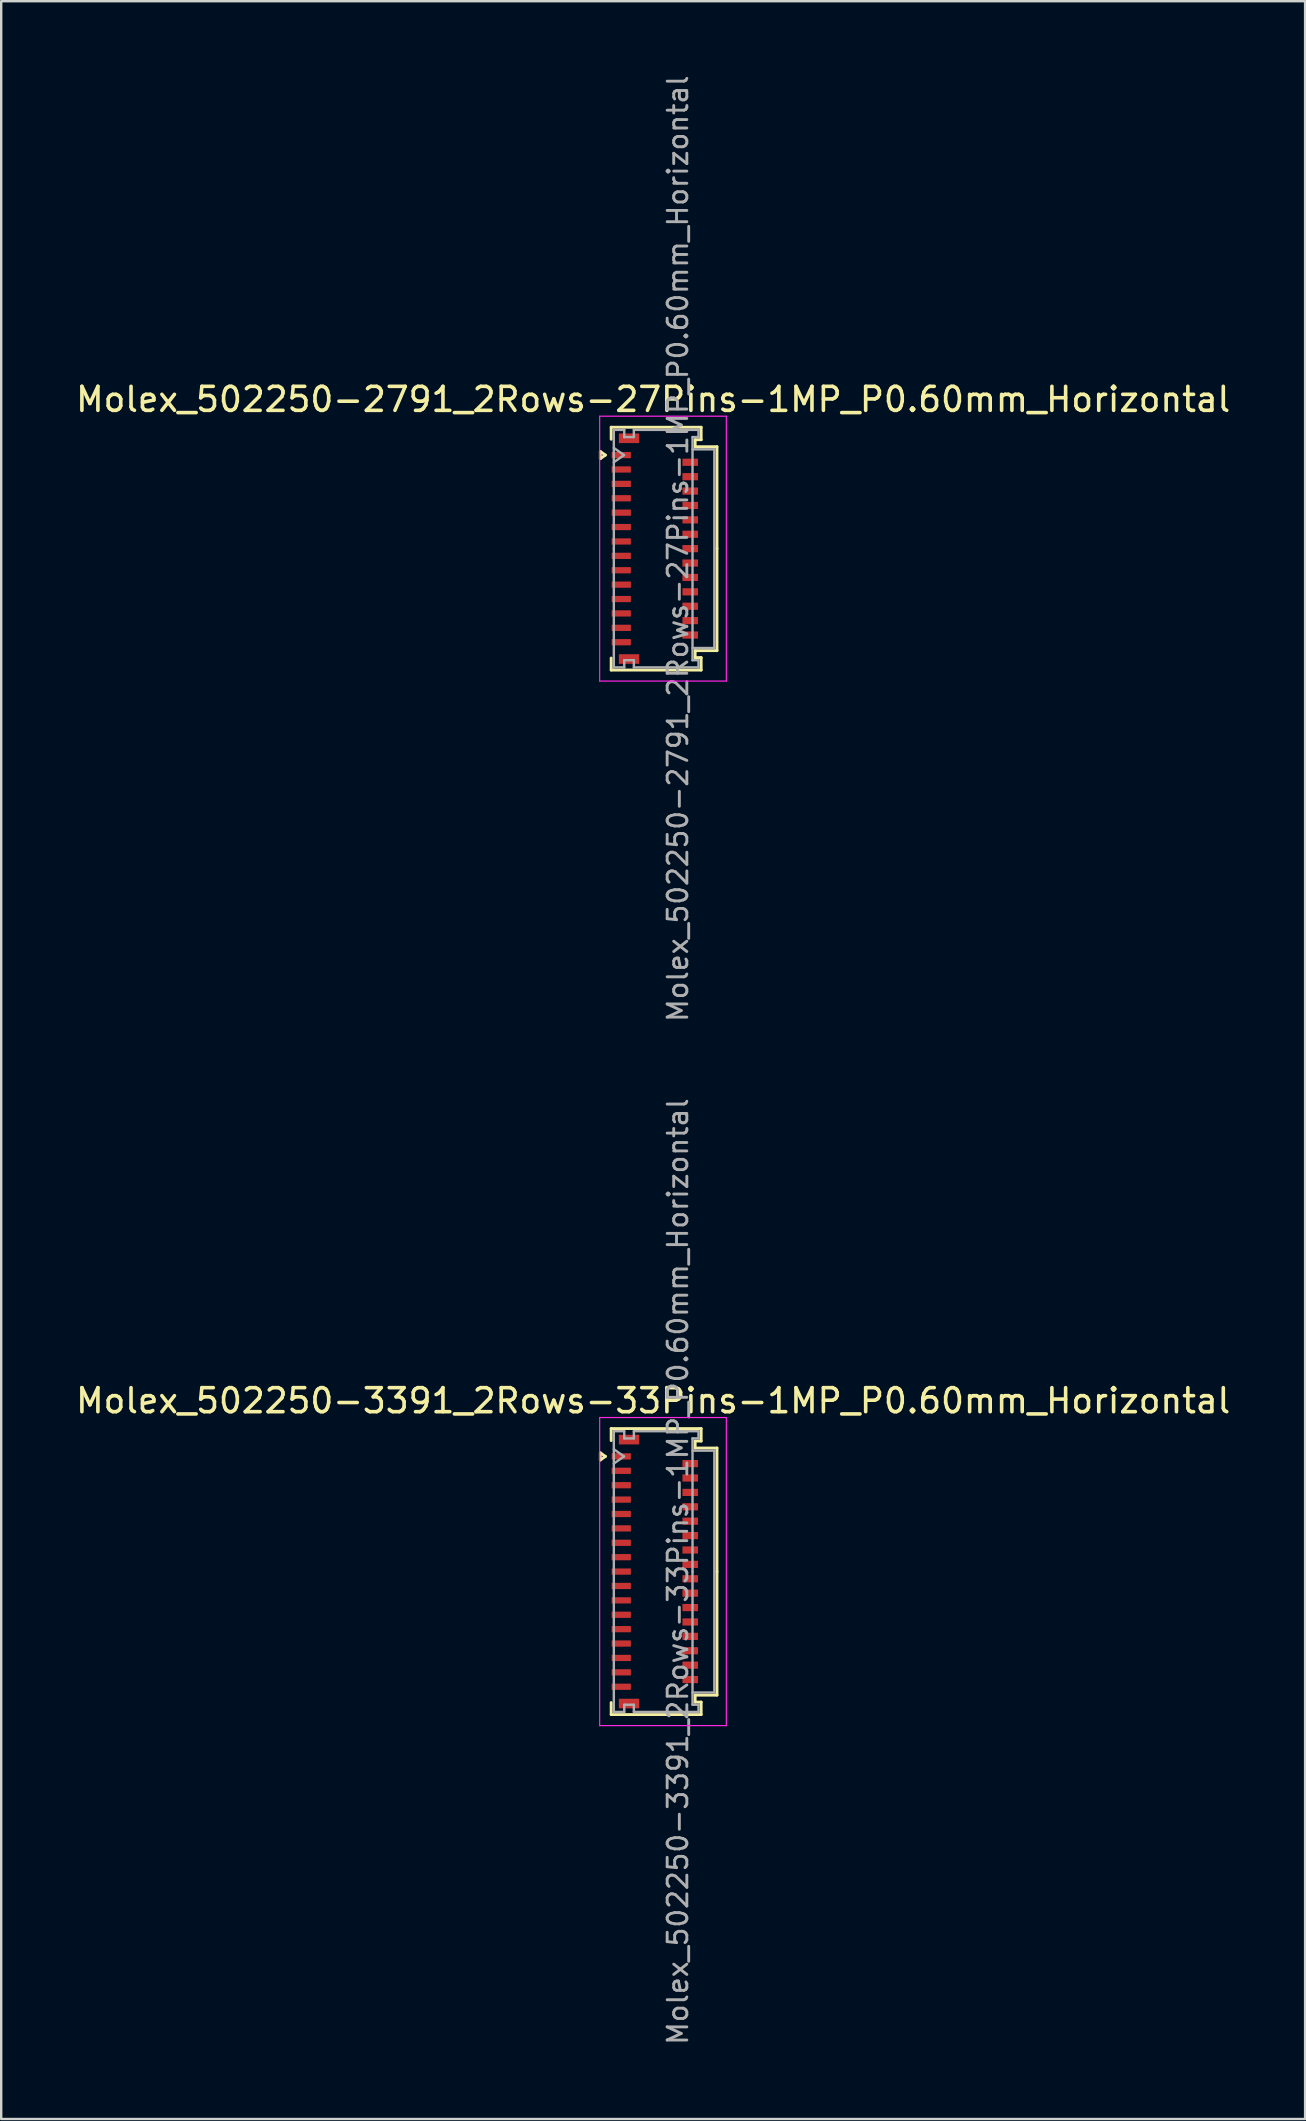
<source format=kicad_pcb>
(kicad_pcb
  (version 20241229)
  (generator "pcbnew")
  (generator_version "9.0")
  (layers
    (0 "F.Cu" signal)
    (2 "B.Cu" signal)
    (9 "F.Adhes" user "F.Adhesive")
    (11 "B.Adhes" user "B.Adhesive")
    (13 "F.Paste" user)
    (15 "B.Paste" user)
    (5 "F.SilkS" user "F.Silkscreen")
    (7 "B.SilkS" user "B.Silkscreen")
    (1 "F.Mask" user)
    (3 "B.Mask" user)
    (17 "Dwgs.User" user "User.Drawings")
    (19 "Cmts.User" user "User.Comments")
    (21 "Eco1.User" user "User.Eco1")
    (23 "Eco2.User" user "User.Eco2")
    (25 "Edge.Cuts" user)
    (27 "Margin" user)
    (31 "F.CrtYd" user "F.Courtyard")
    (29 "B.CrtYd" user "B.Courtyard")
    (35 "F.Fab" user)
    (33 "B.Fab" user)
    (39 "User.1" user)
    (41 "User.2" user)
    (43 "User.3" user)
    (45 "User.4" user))
  (footprint "Molex_502250-3391_2Rows-33Pins-1MP_P0.60mm_Horizontal"
    (layer "F.Cu")
    (at 24.243 62.451)
    (property "Reference" "Molex_502250-3391_2Rows-33Pins-1MP_P0.60mm_Horizontal" (at -0.07 -7.12 0) (layer "F.SilkS") (effects (font (size 1 1) (thickness 0.15))))
    (attr smd)
    (fp_line (start -2.272 -4.95) (end -2.06 -4.8) (stroke (width 0.12) (type solid)) (layer "F.SilkS"))
    (fp_line (start -2.272 -4.65) (end -2.272 -4.95) (stroke (width 0.12) (type solid)) (layer "F.SilkS"))
    (fp_line (start -2.06 -4.8) (end -2.272 -4.65) (stroke (width 0.12) (type solid)) (layer "F.SilkS"))
    (fp_line (start -1.82 -5.96) (end 1.93 -5.96) (stroke (width 0.12) (type solid)) (layer "F.SilkS"))
    (fp_line (start -1.82 -5.46) (end -1.82 -5.96) (stroke (width 0.12) (type solid)) (layer "F.SilkS"))
    (fp_line (start -1.82 5.46) (end -1.82 5.96) (stroke (width 0.12) (type solid)) (layer "F.SilkS"))
    (fp_line (start -1.82 5.96) (end 1.93 5.96) (stroke (width 0.12) (type solid)) (layer "F.SilkS"))
    (fp_line (start 1.68 -5.44) (end 1.68 -5.15) (stroke (width 0.12) (type solid)) (layer "F.SilkS"))
    (fp_line (start 1.68 -5.15) (end 2.59 -5.15) (stroke (width 0.12) (type solid)) (layer "F.SilkS"))
    (fp_line (start 1.68 5.15) (end 2.59 5.15) (stroke (width 0.12) (type solid)) (layer "F.SilkS"))
    (fp_line (start 1.68 5.44) (end 1.68 5.15) (stroke (width 0.12) (type solid)) (layer "F.SilkS"))
    (fp_line (start 1.93 -5.96) (end 1.93 -5.44) (stroke (width 0.12) (type solid)) (layer "F.SilkS"))
    (fp_line (start 1.93 -5.44) (end 1.68 -5.44) (stroke (width 0.12) (type solid)) (layer "F.SilkS"))
    (fp_line (start 1.93 5.44) (end 1.68 5.44) (stroke (width 0.12) (type solid)) (layer "F.SilkS"))
    (fp_line (start 1.93 5.96) (end 1.93 5.44) (stroke (width 0.12) (type solid)) (layer "F.SilkS"))
    (fp_line (start 2.59 -5.15) (end 2.59 0) (stroke (width 0.12) (type solid)) (layer "F.SilkS"))
    (fp_line (start 2.59 5.15) (end 2.59 0) (stroke (width 0.12) (type solid)) (layer "F.SilkS"))
    (fp_line (start -2.3 -6.42) (end -2.3 6.42) (stroke (width 0.05) (type solid)) (layer "F.CrtYd"))
    (fp_line (start -2.3 6.42) (end 2.98 6.42) (stroke (width 0.05) (type solid)) (layer "F.CrtYd"))
    (fp_line (start 2.98 -6.42) (end -2.3 -6.42) (stroke (width 0.05) (type solid)) (layer "F.CrtYd"))
    (fp_line (start 2.98 6.42) (end 2.98 -6.42) (stroke (width 0.05) (type solid)) (layer "F.CrtYd"))
    (fp_line (start -1.71 -5.85) (end -1.275 -5.85) (stroke (width 0.1) (type solid)) (layer "F.Fab"))
    (fp_line (start -1.71 -5.1) (end -1.286 -4.8) (stroke (width 0.1) (type solid)) (layer "F.Fab"))
    (fp_line (start -1.71 0) (end -1.71 -5.85) (stroke (width 0.1) (type solid)) (layer "F.Fab"))
    (fp_line (start -1.71 0) (end -1.71 5.85) (stroke (width 0.1) (type solid)) (layer "F.Fab"))
    (fp_line (start -1.71 5.85) (end -1.275 5.85) (stroke (width 0.1) (type solid)) (layer "F.Fab"))
    (fp_line (start -1.286 -4.8) (end -1.71 -4.5) (stroke (width 0.1) (type solid)) (layer "F.Fab"))
    (fp_line (start -1.275 -5.85) (end -1.275 -5.55) (stroke (width 0.1) (type solid)) (layer "F.Fab"))
    (fp_line (start -1.275 -5.55) (end -0.875 -5.55) (stroke (width 0.1) (type solid)) (layer "F.Fab"))
    (fp_line (start -1.275 5.55) (end -0.875 5.55) (stroke (width 0.1) (type solid)) (layer "F.Fab"))
    (fp_line (start -1.275 5.85) (end -1.275 5.55) (stroke (width 0.1) (type solid)) (layer "F.Fab"))
    (fp_line (start -0.875 -5.85) (end 1.82 -5.85) (stroke (width 0.1) (type solid)) (layer "F.Fab"))
    (fp_line (start -0.875 -5.55) (end -0.875 -5.85) (stroke (width 0.1) (type solid)) (layer "F.Fab"))
    (fp_line (start -0.875 5.55) (end -0.875 5.85) (stroke (width 0.1) (type solid)) (layer "F.Fab"))
    (fp_line (start -0.875 5.85) (end 1.82 5.85) (stroke (width 0.1) (type solid)) (layer "F.Fab"))
    (fp_line (start 1.57 -5.55) (end 1.57 0) (stroke (width 0.1) (type solid)) (layer "F.Fab"))
    (fp_line (start 1.57 -5.04) (end 2.48 -5.04) (stroke (width 0.1) (type solid)) (layer "F.Fab"))
    (fp_line (start 1.57 5.55) (end 1.57 0) (stroke (width 0.1) (type solid)) (layer "F.Fab"))
    (fp_line (start 1.82 -5.85) (end 1.82 -5.55) (stroke (width 0.1) (type solid)) (layer "F.Fab"))
    (fp_line (start 1.82 -5.55) (end 1.57 -5.55) (stroke (width 0.1) (type solid)) (layer "F.Fab"))
    (fp_line (start 1.82 5.55) (end 1.57 5.55) (stroke (width 0.1) (type solid)) (layer "F.Fab"))
    (fp_line (start 1.82 5.85) (end 1.82 5.55) (stroke (width 0.1) (type solid)) (layer "F.Fab"))
    (fp_line (start 2.48 -5.04) (end 2.48 5.04) (stroke (width 0.1) (type solid)) (layer "F.Fab"))
    (fp_line (start 2.48 5.04) (end 1.57 5.04) (stroke (width 0.1) (type solid)) (layer "F.Fab"))
    (fp_text user "${REFERENCE}" (at 0.96 0 90) (layer "F.Fab") (effects (font (size 0.82 0.82) (thickness 0.12))))
    (pad "1" smd rect (at -1.4 -4.8) (size 0.8 0.26) (layers "F.Cu" "F.Mask" "F.Paste"))
    (pad "2" smd rect (at 1.475 -4.5) (size 0.65 0.3) (layers "F.Cu" "F.Mask" "F.Paste"))
    (pad "3" smd rect (at -1.4 -4.2) (size 0.8 0.26) (layers "F.Cu" "F.Mask" "F.Paste"))
    (pad "4" smd rect (at 1.475 -3.9) (size 0.65 0.3) (layers "F.Cu" "F.Mask" "F.Paste"))
    (pad "5" smd rect (at -1.4 -3.6) (size 0.8 0.26) (layers "F.Cu" "F.Mask" "F.Paste"))
    (pad "6" smd rect (at 1.475 -3.3) (size 0.65 0.3) (layers "F.Cu" "F.Mask" "F.Paste"))
    (pad "7" smd rect (at -1.4 -3) (size 0.8 0.26) (layers "F.Cu" "F.Mask" "F.Paste"))
    (pad "8" smd rect (at 1.475 -2.7) (size 0.65 0.3) (layers "F.Cu" "F.Mask" "F.Paste"))
    (pad "9" smd rect (at -1.4 -2.4) (size 0.8 0.26) (layers "F.Cu" "F.Mask" "F.Paste"))
    (pad "10" smd rect (at 1.475 -2.1) (size 0.65 0.3) (layers "F.Cu" "F.Mask" "F.Paste"))
    (pad "11" smd rect (at -1.4 -1.8) (size 0.8 0.26) (layers "F.Cu" "F.Mask" "F.Paste"))
    (pad "12" smd rect (at 1.475 -1.5) (size 0.65 0.3) (layers "F.Cu" "F.Mask" "F.Paste"))
    (pad "13" smd rect (at -1.4 -1.2) (size 0.8 0.26) (layers "F.Cu" "F.Mask" "F.Paste"))
    (pad "14" smd rect (at 1.475 -0.9) (size 0.65 0.3) (layers "F.Cu" "F.Mask" "F.Paste"))
    (pad "15" smd rect (at -1.4 -0.6) (size 0.8 0.26) (layers "F.Cu" "F.Mask" "F.Paste"))
    (pad "16" smd rect (at 1.475 -0.3) (size 0.65 0.3) (layers "F.Cu" "F.Mask" "F.Paste"))
    (pad "17" smd rect (at -1.4 0) (size 0.8 0.26) (layers "F.Cu" "F.Mask" "F.Paste"))
    (pad "18" smd rect (at 1.475 0.3) (size 0.65 0.3) (layers "F.Cu" "F.Mask" "F.Paste"))
    (pad "19" smd rect (at -1.4 0.6) (size 0.8 0.26) (layers "F.Cu" "F.Mask" "F.Paste"))
    (pad "20" smd rect (at 1.475 0.9) (size 0.65 0.3) (layers "F.Cu" "F.Mask" "F.Paste"))
    (pad "21" smd rect (at -1.4 1.2) (size 0.8 0.26) (layers "F.Cu" "F.Mask" "F.Paste"))
    (pad "22" smd rect (at 1.475 1.5) (size 0.65 0.3) (layers "F.Cu" "F.Mask" "F.Paste"))
    (pad "23" smd rect (at -1.4 1.8) (size 0.8 0.26) (layers "F.Cu" "F.Mask" "F.Paste"))
    (pad "24" smd rect (at 1.475 2.1) (size 0.65 0.3) (layers "F.Cu" "F.Mask" "F.Paste"))
    (pad "25" smd rect (at -1.4 2.4) (size 0.8 0.26) (layers "F.Cu" "F.Mask" "F.Paste"))
    (pad "26" smd rect (at 1.475 2.7) (size 0.65 0.3) (layers "F.Cu" "F.Mask" "F.Paste"))
    (pad "27" smd rect (at -1.4 3) (size 0.8 0.26) (layers "F.Cu" "F.Mask" "F.Paste"))
    (pad "28" smd rect (at 1.475 3.3) (size 0.65 0.3) (layers "F.Cu" "F.Mask" "F.Paste"))
    (pad "29" smd rect (at -1.4 3.6) (size 0.8 0.26) (layers "F.Cu" "F.Mask" "F.Paste"))
    (pad "30" smd rect (at 1.475 3.9) (size 0.65 0.3) (layers "F.Cu" "F.Mask" "F.Paste"))
    (pad "31" smd rect (at -1.4 4.2) (size 0.8 0.26) (layers "F.Cu" "F.Mask" "F.Paste"))
    (pad "32" smd rect (at 1.475 4.5) (size 0.65 0.3) (layers "F.Cu" "F.Mask" "F.Paste"))
    (pad "33" smd rect (at -1.4 4.8) (size 0.8 0.26) (layers "F.Cu" "F.Mask" "F.Paste"))
    (pad "MP" smd rect (at -1.075 -5.5) (size 0.85 0.4) (layers "F.Cu" "F.Mask" "F.Paste"))
    (pad "MP" smd rect (at -1.075 5.5) (size 0.85 0.4) (layers "F.Cu" "F.Mask" "F.Paste")))
  (footprint "Molex_502250-2791_2Rows-27Pins-1MP_P0.60mm_Horizontal"
    (layer "F.Cu")
    (at 24.243 19.817)
    (property "Reference" "Molex_502250-2791_2Rows-27Pins-1MP_P0.60mm_Horizontal" (at -0.07 -6.22 0) (layer "F.SilkS") (effects (font (size 1 1) (thickness 0.15))))
    (attr smd)
    (fp_line (start -2.272 -4.05) (end -2.06 -3.9) (stroke (width 0.12) (type solid)) (layer "F.SilkS"))
    (fp_line (start -2.272 -3.75) (end -2.272 -4.05) (stroke (width 0.12) (type solid)) (layer "F.SilkS"))
    (fp_line (start -2.06 -3.9) (end -2.272 -3.75) (stroke (width 0.12) (type solid)) (layer "F.SilkS"))
    (fp_line (start -1.82 -5.06) (end 1.93 -5.06) (stroke (width 0.12) (type solid)) (layer "F.SilkS"))
    (fp_line (start -1.82 -4.56) (end -1.82 -5.06) (stroke (width 0.12) (type solid)) (layer "F.SilkS"))
    (fp_line (start -1.82 4.56) (end -1.82 5.06) (stroke (width 0.12) (type solid)) (layer "F.SilkS"))
    (fp_line (start -1.82 5.06) (end 1.93 5.06) (stroke (width 0.12) (type solid)) (layer "F.SilkS"))
    (fp_line (start 1.68 -4.54) (end 1.68 -4.25) (stroke (width 0.12) (type solid)) (layer "F.SilkS"))
    (fp_line (start 1.68 -4.25) (end 2.59 -4.25) (stroke (width 0.12) (type solid)) (layer "F.SilkS"))
    (fp_line (start 1.68 4.25) (end 2.59 4.25) (stroke (width 0.12) (type solid)) (layer "F.SilkS"))
    (fp_line (start 1.68 4.54) (end 1.68 4.25) (stroke (width 0.12) (type solid)) (layer "F.SilkS"))
    (fp_line (start 1.93 -5.06) (end 1.93 -4.54) (stroke (width 0.12) (type solid)) (layer "F.SilkS"))
    (fp_line (start 1.93 -4.54) (end 1.68 -4.54) (stroke (width 0.12) (type solid)) (layer "F.SilkS"))
    (fp_line (start 1.93 4.54) (end 1.68 4.54) (stroke (width 0.12) (type solid)) (layer "F.SilkS"))
    (fp_line (start 1.93 5.06) (end 1.93 4.54) (stroke (width 0.12) (type solid)) (layer "F.SilkS"))
    (fp_line (start 2.59 -4.25) (end 2.59 0) (stroke (width 0.12) (type solid)) (layer "F.SilkS"))
    (fp_line (start 2.59 4.25) (end 2.59 0) (stroke (width 0.12) (type solid)) (layer "F.SilkS"))
    (fp_line (start -2.3 -5.52) (end -2.3 5.52) (stroke (width 0.05) (type solid)) (layer "F.CrtYd"))
    (fp_line (start -2.3 5.52) (end 2.98 5.52) (stroke (width 0.05) (type solid)) (layer "F.CrtYd"))
    (fp_line (start 2.98 -5.52) (end -2.3 -5.52) (stroke (width 0.05) (type solid)) (layer "F.CrtYd"))
    (fp_line (start 2.98 5.52) (end 2.98 -5.52) (stroke (width 0.05) (type solid)) (layer "F.CrtYd"))
    (fp_line (start -1.71 -4.95) (end -1.275 -4.95) (stroke (width 0.1) (type solid)) (layer "F.Fab"))
    (fp_line (start -1.71 -4.2) (end -1.286 -3.9) (stroke (width 0.1) (type solid)) (layer "F.Fab"))
    (fp_line (start -1.71 0) (end -1.71 -4.95) (stroke (width 0.1) (type solid)) (layer "F.Fab"))
    (fp_line (start -1.71 0) (end -1.71 4.95) (stroke (width 0.1) (type solid)) (layer "F.Fab"))
    (fp_line (start -1.71 4.95) (end -1.275 4.95) (stroke (width 0.1) (type solid)) (layer "F.Fab"))
    (fp_line (start -1.286 -3.9) (end -1.71 -3.6) (stroke (width 0.1) (type solid)) (layer "F.Fab"))
    (fp_line (start -1.275 -4.95) (end -1.275 -4.65) (stroke (width 0.1) (type solid)) (layer "F.Fab"))
    (fp_line (start -1.275 -4.65) (end -0.875 -4.65) (stroke (width 0.1) (type solid)) (layer "F.Fab"))
    (fp_line (start -1.275 4.65) (end -0.875 4.65) (stroke (width 0.1) (type solid)) (layer "F.Fab"))
    (fp_line (start -1.275 4.95) (end -1.275 4.65) (stroke (width 0.1) (type solid)) (layer "F.Fab"))
    (fp_line (start -0.875 -4.95) (end 1.82 -4.95) (stroke (width 0.1) (type solid)) (layer "F.Fab"))
    (fp_line (start -0.875 -4.65) (end -0.875 -4.95) (stroke (width 0.1) (type solid)) (layer "F.Fab"))
    (fp_line (start -0.875 4.65) (end -0.875 4.95) (stroke (width 0.1) (type solid)) (layer "F.Fab"))
    (fp_line (start -0.875 4.95) (end 1.82 4.95) (stroke (width 0.1) (type solid)) (layer "F.Fab"))
    (fp_line (start 1.57 -4.65) (end 1.57 0) (stroke (width 0.1) (type solid)) (layer "F.Fab"))
    (fp_line (start 1.57 -4.14) (end 2.48 -4.14) (stroke (width 0.1) (type solid)) (layer "F.Fab"))
    (fp_line (start 1.57 4.65) (end 1.57 0) (stroke (width 0.1) (type solid)) (layer "F.Fab"))
    (fp_line (start 1.82 -4.95) (end 1.82 -4.65) (stroke (width 0.1) (type solid)) (layer "F.Fab"))
    (fp_line (start 1.82 -4.65) (end 1.57 -4.65) (stroke (width 0.1) (type solid)) (layer "F.Fab"))
    (fp_line (start 1.82 4.65) (end 1.57 4.65) (stroke (width 0.1) (type solid)) (layer "F.Fab"))
    (fp_line (start 1.82 4.95) (end 1.82 4.65) (stroke (width 0.1) (type solid)) (layer "F.Fab"))
    (fp_line (start 2.48 -4.14) (end 2.48 4.14) (stroke (width 0.1) (type solid)) (layer "F.Fab"))
    (fp_line (start 2.48 4.14) (end 1.57 4.14) (stroke (width 0.1) (type solid)) (layer "F.Fab"))
    (fp_text user "${REFERENCE}" (at 0.96 0 90) (layer "F.Fab") (effects (font (size 0.82 0.82) (thickness 0.12))))
    (pad "1" smd rect (at -1.4 -3.9) (size 0.8 0.26) (layers "F.Cu" "F.Mask" "F.Paste"))
    (pad "2" smd rect (at 1.475 -3.6) (size 0.65 0.3) (layers "F.Cu" "F.Mask" "F.Paste"))
    (pad "3" smd rect (at -1.4 -3.3) (size 0.8 0.26) (layers "F.Cu" "F.Mask" "F.Paste"))
    (pad "4" smd rect (at 1.475 -3) (size 0.65 0.3) (layers "F.Cu" "F.Mask" "F.Paste"))
    (pad "5" smd rect (at -1.4 -2.7) (size 0.8 0.26) (layers "F.Cu" "F.Mask" "F.Paste"))
    (pad "6" smd rect (at 1.475 -2.4) (size 0.65 0.3) (layers "F.Cu" "F.Mask" "F.Paste"))
    (pad "7" smd rect (at -1.4 -2.1) (size 0.8 0.26) (layers "F.Cu" "F.Mask" "F.Paste"))
    (pad "8" smd rect (at 1.475 -1.8) (size 0.65 0.3) (layers "F.Cu" "F.Mask" "F.Paste"))
    (pad "9" smd rect (at -1.4 -1.5) (size 0.8 0.26) (layers "F.Cu" "F.Mask" "F.Paste"))
    (pad "10" smd rect (at 1.475 -1.2) (size 0.65 0.3) (layers "F.Cu" "F.Mask" "F.Paste"))
    (pad "11" smd rect (at -1.4 -0.9) (size 0.8 0.26) (layers "F.Cu" "F.Mask" "F.Paste"))
    (pad "12" smd rect (at 1.475 -0.6) (size 0.65 0.3) (layers "F.Cu" "F.Mask" "F.Paste"))
    (pad "13" smd rect (at -1.4 -0.3) (size 0.8 0.26) (layers "F.Cu" "F.Mask" "F.Paste"))
    (pad "14" smd rect (at 1.475 0) (size 0.65 0.3) (layers "F.Cu" "F.Mask" "F.Paste"))
    (pad "15" smd rect (at -1.4 0.3) (size 0.8 0.26) (layers "F.Cu" "F.Mask" "F.Paste"))
    (pad "16" smd rect (at 1.475 0.6) (size 0.65 0.3) (layers "F.Cu" "F.Mask" "F.Paste"))
    (pad "17" smd rect (at -1.4 0.9) (size 0.8 0.26) (layers "F.Cu" "F.Mask" "F.Paste"))
    (pad "18" smd rect (at 1.475 1.2) (size 0.65 0.3) (layers "F.Cu" "F.Mask" "F.Paste"))
    (pad "19" smd rect (at -1.4 1.5) (size 0.8 0.26) (layers "F.Cu" "F.Mask" "F.Paste"))
    (pad "20" smd rect (at 1.475 1.8) (size 0.65 0.3) (layers "F.Cu" "F.Mask" "F.Paste"))
    (pad "21" smd rect (at -1.4 2.1) (size 0.8 0.26) (layers "F.Cu" "F.Mask" "F.Paste"))
    (pad "22" smd rect (at 1.475 2.4) (size 0.65 0.3) (layers "F.Cu" "F.Mask" "F.Paste"))
    (pad "23" smd rect (at -1.4 2.7) (size 0.8 0.26) (layers "F.Cu" "F.Mask" "F.Paste"))
    (pad "24" smd rect (at 1.475 3) (size 0.65 0.3) (layers "F.Cu" "F.Mask" "F.Paste"))
    (pad "25" smd rect (at -1.4 3.3) (size 0.8 0.26) (layers "F.Cu" "F.Mask" "F.Paste"))
    (pad "26" smd rect (at 1.475 3.6) (size 0.65 0.3) (layers "F.Cu" "F.Mask" "F.Paste"))
    (pad "27" smd rect (at -1.4 3.9) (size 0.8 0.26) (layers "F.Cu" "F.Mask" "F.Paste"))
    (pad "MP" smd rect (at -1.075 -4.6) (size 0.85 0.4) (layers "F.Cu" "F.Mask" "F.Paste"))
    (pad "MP" smd rect (at -1.075 4.6) (size 0.85 0.4) (layers "F.Cu" "F.Mask" "F.Paste")))
  (gr_rect
    (start -3 -3)
    (end 51.345 85.268)
    (stroke (width 0.1) (type default))
    (fill no)
    (layer "Edge.Cuts")))
</source>
